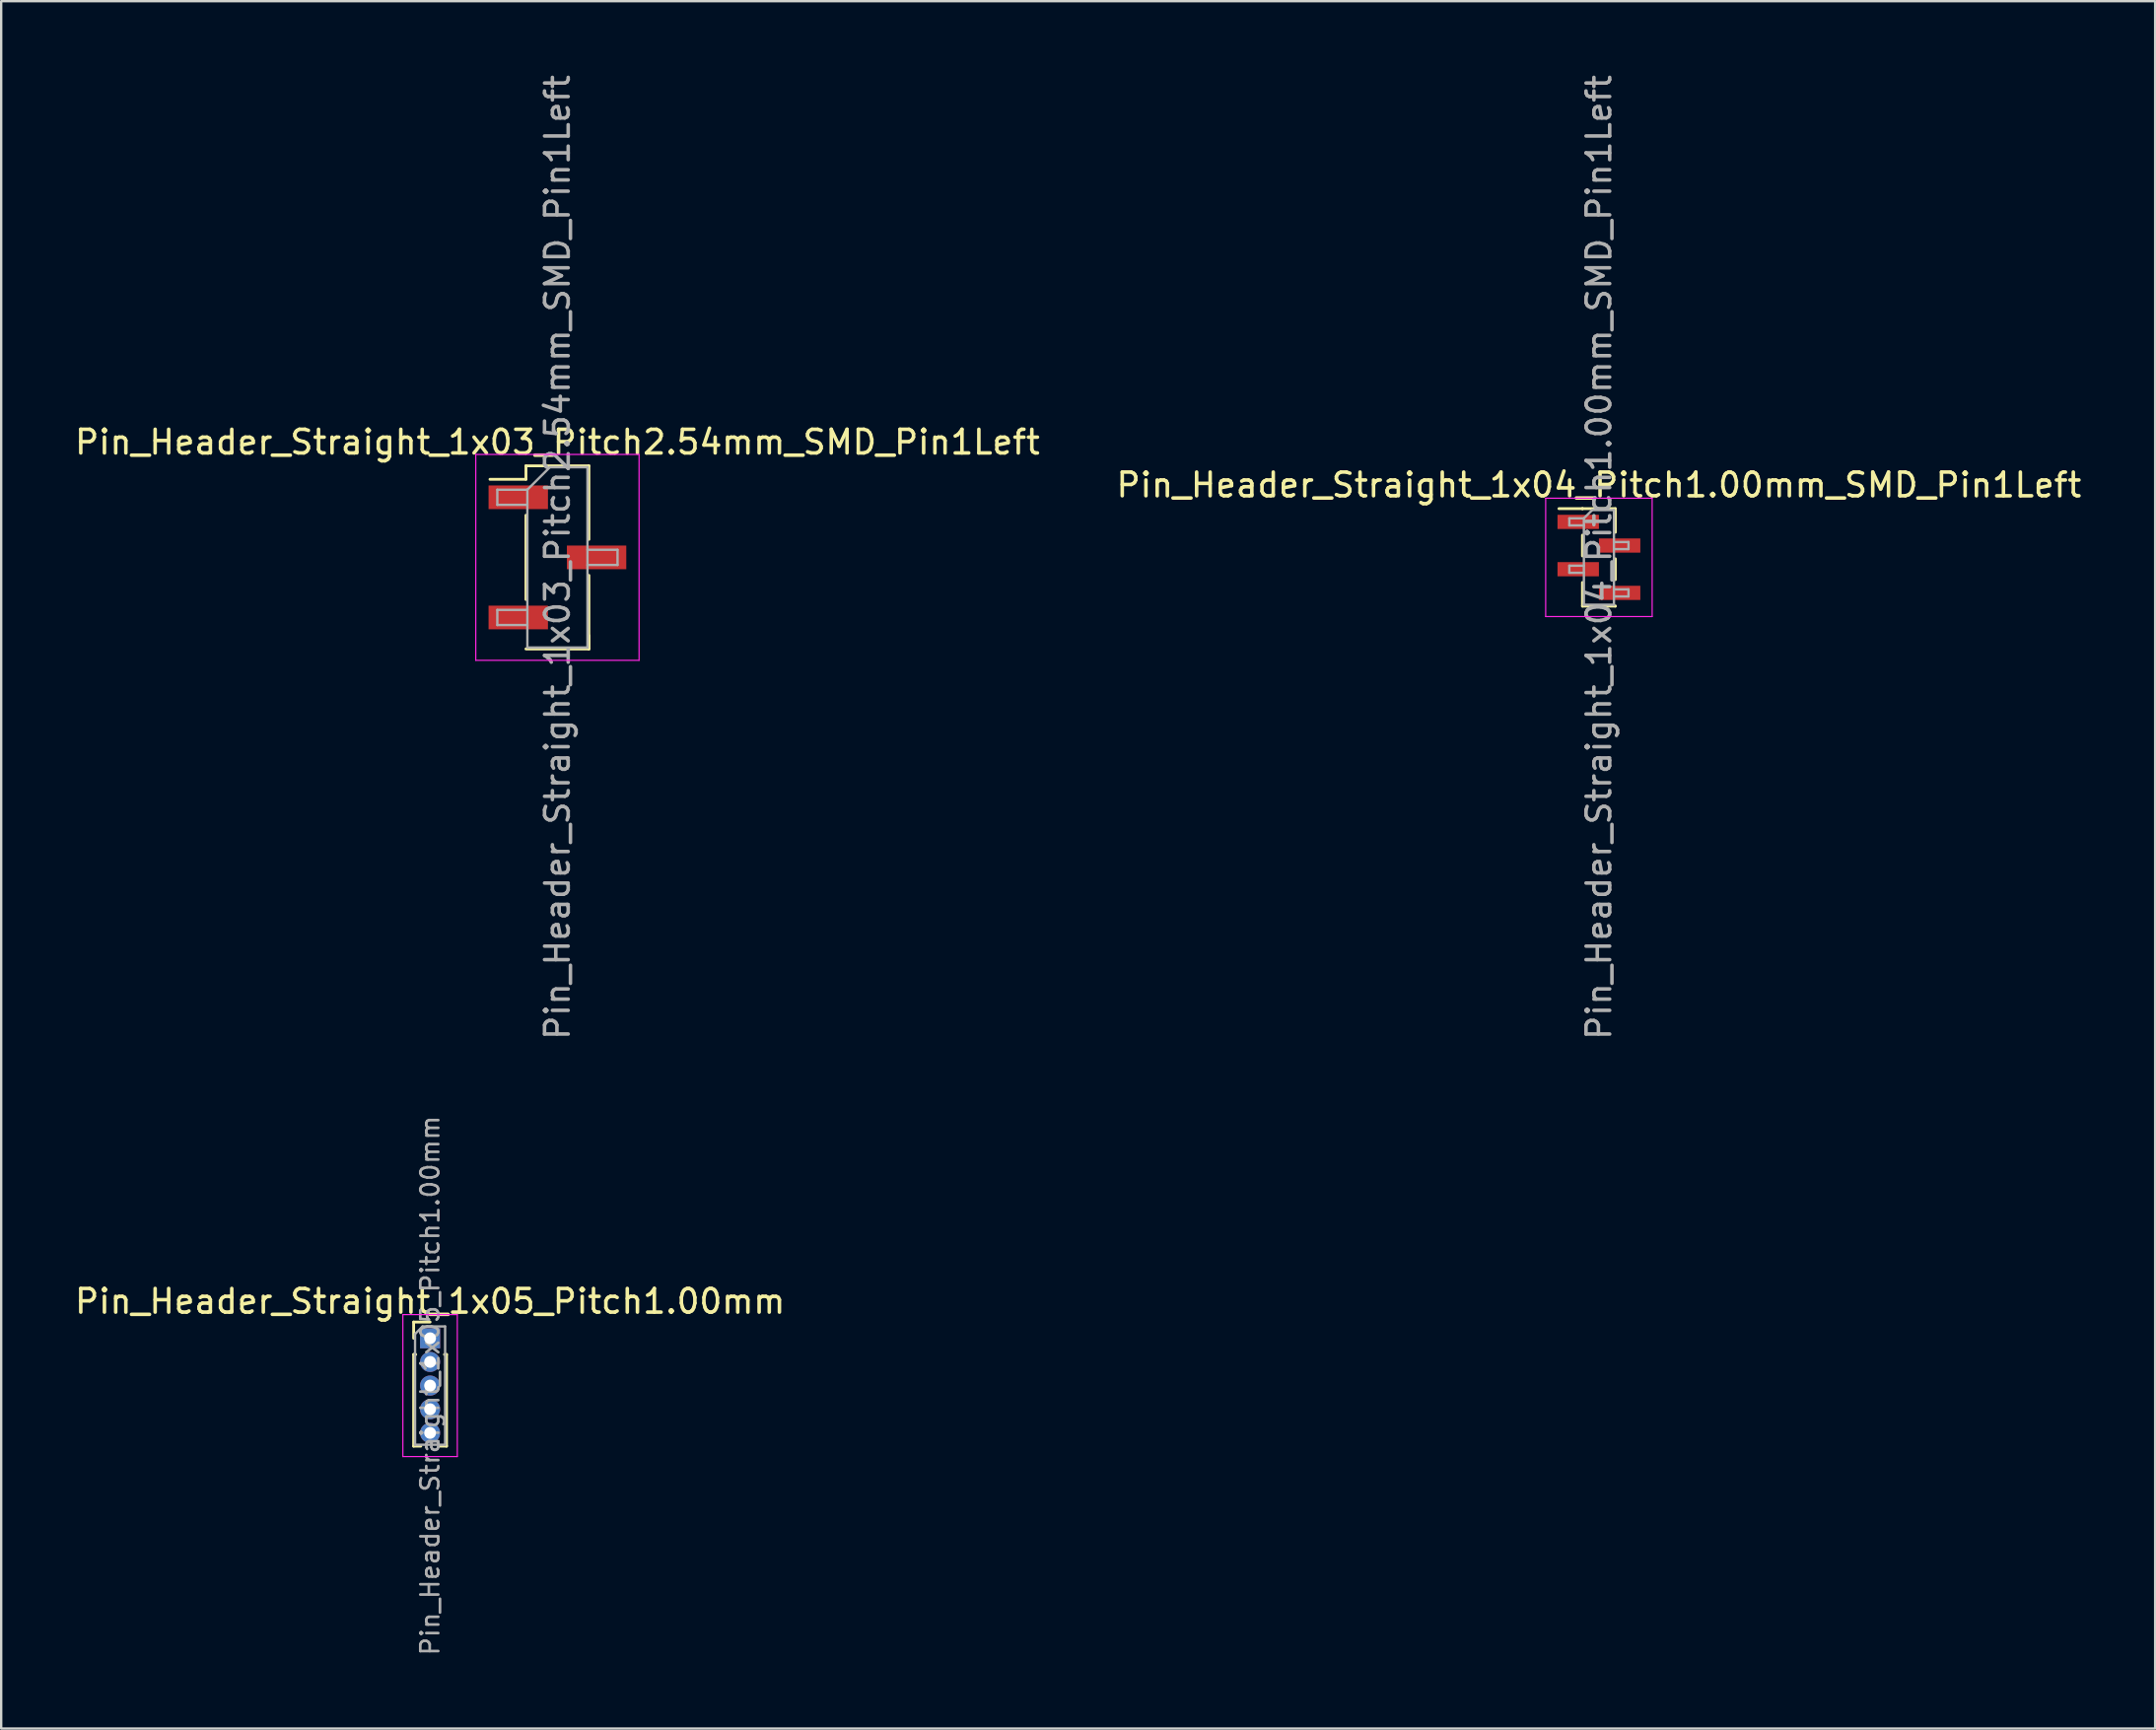
<source format=kicad_pcb>
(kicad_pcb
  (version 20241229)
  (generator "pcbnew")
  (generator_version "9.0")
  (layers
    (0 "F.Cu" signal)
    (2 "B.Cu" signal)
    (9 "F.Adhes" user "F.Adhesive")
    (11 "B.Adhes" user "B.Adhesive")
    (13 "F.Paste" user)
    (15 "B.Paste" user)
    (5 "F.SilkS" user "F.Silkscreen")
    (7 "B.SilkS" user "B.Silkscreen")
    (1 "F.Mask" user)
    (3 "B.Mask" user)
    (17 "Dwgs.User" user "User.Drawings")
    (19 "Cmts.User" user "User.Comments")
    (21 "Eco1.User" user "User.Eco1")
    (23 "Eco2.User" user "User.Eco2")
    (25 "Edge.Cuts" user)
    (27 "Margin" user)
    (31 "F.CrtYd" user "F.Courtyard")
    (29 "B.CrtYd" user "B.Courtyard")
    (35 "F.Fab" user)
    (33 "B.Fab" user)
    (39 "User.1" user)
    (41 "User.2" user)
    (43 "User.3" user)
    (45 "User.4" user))
  (footprint "Pin_Header_Straight_1x03_Pitch2.54mm_SMD_Pin1Left"
    (layer "F.Cu")
    (at 20.506 20.506)
    (property "Reference" "Pin_Header_Straight_1x03_Pitch2.54mm_SMD_Pin1Left" (at 0 -4.87 0) (layer "F.SilkS") (effects (font (size 1 1) (thickness 0.15))))
    (attr smd)
    (fp_line (start -1.33 -3.87) (end -1.33 -3.3) (stroke (width 0.12) (type solid)) (layer "F.SilkS"))
    (fp_line (start -1.33 -3.87) (end 1.33 -3.87) (stroke (width 0.12) (type solid)) (layer "F.SilkS"))
    (fp_line (start -1.33 -3.3) (end -2.85 -3.3) (stroke (width 0.12) (type solid)) (layer "F.SilkS"))
    (fp_line (start -1.33 -1.78) (end -1.33 1.78) (stroke (width 0.12) (type solid)) (layer "F.SilkS"))
    (fp_line (start -1.33 3.87) (end 1.33 3.87) (stroke (width 0.12) (type solid)) (layer "F.SilkS"))
    (fp_line (start 1.33 -3.87) (end 1.33 -0.76) (stroke (width 0.12) (type solid)) (layer "F.SilkS"))
    (fp_line (start 1.33 0.76) (end 1.33 3.87) (stroke (width 0.12) (type solid)) (layer "F.SilkS"))
    (fp_line (start 1.33 3.3) (end 1.33 3.87) (stroke (width 0.12) (type solid)) (layer "F.SilkS"))
    (fp_line (start -3.45 -4.35) (end -3.45 4.35) (stroke (width 0.05) (type solid)) (layer "F.CrtYd"))
    (fp_line (start -3.45 4.35) (end 3.45 4.35) (stroke (width 0.05) (type solid)) (layer "F.CrtYd"))
    (fp_line (start 3.45 -4.35) (end -3.45 -4.35) (stroke (width 0.05) (type solid)) (layer "F.CrtYd"))
    (fp_line (start 3.45 4.35) (end 3.45 -4.35) (stroke (width 0.05) (type solid)) (layer "F.CrtYd"))
    (fp_line (start -2.54 -2.86) (end -2.54 -2.22) (stroke (width 0.1) (type solid)) (layer "F.Fab"))
    (fp_line (start -2.54 -2.22) (end -1.27 -2.22) (stroke (width 0.1) (type solid)) (layer "F.Fab"))
    (fp_line (start -2.54 2.22) (end -2.54 2.86) (stroke (width 0.1) (type solid)) (layer "F.Fab"))
    (fp_line (start -2.54 2.86) (end -1.27 2.86) (stroke (width 0.1) (type solid)) (layer "F.Fab"))
    (fp_line (start -1.27 -2.86) (end -2.54 -2.86) (stroke (width 0.1) (type solid)) (layer "F.Fab"))
    (fp_line (start -1.27 -2.86) (end -0.32 -3.81) (stroke (width 0.1) (type solid)) (layer "F.Fab"))
    (fp_line (start -1.27 2.22) (end -2.54 2.22) (stroke (width 0.1) (type solid)) (layer "F.Fab"))
    (fp_line (start -1.27 3.81) (end -1.27 -2.86) (stroke (width 0.1) (type solid)) (layer "F.Fab"))
    (fp_line (start -0.32 -3.81) (end 1.27 -3.81) (stroke (width 0.1) (type solid)) (layer "F.Fab"))
    (fp_line (start 1.27 -3.81) (end 1.27 3.81) (stroke (width 0.1) (type solid)) (layer "F.Fab"))
    (fp_line (start 1.27 -0.32) (end 2.54 -0.32) (stroke (width 0.1) (type solid)) (layer "F.Fab"))
    (fp_line (start 1.27 3.81) (end -1.27 3.81) (stroke (width 0.1) (type solid)) (layer "F.Fab"))
    (fp_line (start 2.54 -0.32) (end 2.54 0.32) (stroke (width 0.1) (type solid)) (layer "F.Fab"))
    (fp_line (start 2.54 0.32) (end 1.27 0.32) (stroke (width 0.1) (type solid)) (layer "F.Fab"))
    (fp_text user "${REFERENCE}" (at 0 0 90) (layer "F.Fab") (effects (font (size 1 1) (thickness 0.15))))
    (pad "1" smd rect (at -1.655 -2.54) (size 2.51 1) (layers "F.Cu" "F.Mask" "F.Paste"))
    (pad "2" smd rect (at 1.655 0) (size 2.51 1) (layers "F.Cu" "F.Mask" "F.Paste"))
    (pad "3" smd rect (at -1.655 2.54) (size 2.51 1) (layers "F.Cu" "F.Mask" "F.Paste")))
  (footprint "Pin_Header_Straight_1x04_Pitch1.00mm_SMD_Pin1Left"
    (layer "F.Cu")
    (at 64.518 20.506)
    (property "Reference" "Pin_Header_Straight_1x04_Pitch1.00mm_SMD_Pin1Left" (at 0 -3.06 0) (layer "F.SilkS") (effects (font (size 1 1) (thickness 0.15))))
    (attr smd)
    (fp_line (start -0.695 -2.06) (end -1.69 -2.06) (stroke (width 0.12) (type solid)) (layer "F.SilkS"))
    (fp_line (start -0.695 -2.06) (end -0.695 -2.06) (stroke (width 0.12) (type solid)) (layer "F.SilkS"))
    (fp_line (start -0.695 -2.06) (end 0.695 -2.06) (stroke (width 0.12) (type solid)) (layer "F.SilkS"))
    (fp_line (start -0.695 -0.94) (end -0.695 -0.06) (stroke (width 0.12) (type solid)) (layer "F.SilkS"))
    (fp_line (start -0.695 1.06) (end -0.695 2.06) (stroke (width 0.12) (type solid)) (layer "F.SilkS"))
    (fp_line (start -0.695 2.06) (end 0.695 2.06) (stroke (width 0.12) (type solid)) (layer "F.SilkS"))
    (fp_line (start 0.695 -2.06) (end 0.695 -1.06) (stroke (width 0.12) (type solid)) (layer "F.SilkS"))
    (fp_line (start 0.695 0.06) (end 0.695 0.94) (stroke (width 0.12) (type solid)) (layer "F.SilkS"))
    (fp_line (start 0.695 2.06) (end 0.695 2.06) (stroke (width 0.12) (type solid)) (layer "F.SilkS"))
    (fp_line (start -2.25 -2.5) (end -2.25 2.5) (stroke (width 0.05) (type solid)) (layer "F.CrtYd"))
    (fp_line (start -2.25 2.5) (end 2.25 2.5) (stroke (width 0.05) (type solid)) (layer "F.CrtYd"))
    (fp_line (start 2.25 -2.5) (end -2.25 -2.5) (stroke (width 0.05) (type solid)) (layer "F.CrtYd"))
    (fp_line (start 2.25 2.5) (end 2.25 -2.5) (stroke (width 0.05) (type solid)) (layer "F.CrtYd"))
    (fp_line (start -1.25 -1.65) (end -1.25 -1.35) (stroke (width 0.1) (type solid)) (layer "F.Fab"))
    (fp_line (start -1.25 -1.35) (end -0.635 -1.35) (stroke (width 0.1) (type solid)) (layer "F.Fab"))
    (fp_line (start -1.25 0.35) (end -1.25 0.65) (stroke (width 0.1) (type solid)) (layer "F.Fab"))
    (fp_line (start -1.25 0.65) (end -0.635 0.65) (stroke (width 0.1) (type solid)) (layer "F.Fab"))
    (fp_line (start -0.635 -1.65) (end -1.25 -1.65) (stroke (width 0.1) (type solid)) (layer "F.Fab"))
    (fp_line (start -0.635 -1.65) (end -0.285 -2) (stroke (width 0.1) (type solid)) (layer "F.Fab"))
    (fp_line (start -0.635 0.35) (end -1.25 0.35) (stroke (width 0.1) (type solid)) (layer "F.Fab"))
    (fp_line (start -0.635 2) (end -0.635 -1.65) (stroke (width 0.1) (type solid)) (layer "F.Fab"))
    (fp_line (start -0.285 -2) (end 0.635 -2) (stroke (width 0.1) (type solid)) (layer "F.Fab"))
    (fp_line (start 0.635 -2) (end 0.635 2) (stroke (width 0.1) (type solid)) (layer "F.Fab"))
    (fp_line (start 0.635 -0.65) (end 1.25 -0.65) (stroke (width 0.1) (type solid)) (layer "F.Fab"))
    (fp_line (start 0.635 1.35) (end 1.25 1.35) (stroke (width 0.1) (type solid)) (layer "F.Fab"))
    (fp_line (start 0.635 2) (end -0.635 2) (stroke (width 0.1) (type solid)) (layer "F.Fab"))
    (fp_line (start 1.25 -0.65) (end 1.25 -0.35) (stroke (width 0.1) (type solid)) (layer "F.Fab"))
    (fp_line (start 1.25 -0.35) (end 0.635 -0.35) (stroke (width 0.1) (type solid)) (layer "F.Fab"))
    (fp_line (start 1.25 1.35) (end 1.25 1.65) (stroke (width 0.1) (type solid)) (layer "F.Fab"))
    (fp_line (start 1.25 1.65) (end 0.635 1.65) (stroke (width 0.1) (type solid)) (layer "F.Fab"))
    (fp_text user "${REFERENCE}" (at 0 0 90) (layer "F.Fab") (effects (font (size 1 1) (thickness 0.15))))
    (pad "1" smd rect (at -0.875 -1.5) (size 1.75 0.6) (layers "F.Cu" "F.Mask" "F.Paste"))
    (pad "2" smd rect (at 0.875 -0.5) (size 1.75 0.6) (layers "F.Cu" "F.Mask" "F.Paste"))
    (pad "3" smd rect (at -0.875 0.5) (size 1.75 0.6) (layers "F.Cu" "F.Mask" "F.Paste"))
    (pad "4" smd rect (at 0.875 1.5) (size 1.75 0.6) (layers "F.Cu" "F.Mask" "F.Paste")))
  (footprint "Pin_Header_Straight_1x05_Pitch1.00mm"
    (layer "F.Cu")
    (at 15.125 53.507)
    (property "Reference" "Pin_Header_Straight_1x05_Pitch1.00mm" (at 0 -1.56 0) (layer "F.SilkS") (effects (font (size 1 1) (thickness 0.15))))
    (attr through_hole)
    (fp_line (start -0.695 -0.685) (end 0 -0.685) (stroke (width 0.12) (type solid)) (layer "F.SilkS"))
    (fp_line (start -0.695 0) (end -0.695 -0.685) (stroke (width 0.12) (type solid)) (layer "F.SilkS"))
    (fp_line (start -0.695 0.685) (end -0.695 4.56) (stroke (width 0.12) (type solid)) (layer "F.SilkS"))
    (fp_line (start -0.695 0.685) (end -0.608 0.685) (stroke (width 0.12) (type solid)) (layer "F.SilkS"))
    (fp_line (start -0.695 4.56) (end -0.394 4.56) (stroke (width 0.12) (type solid)) (layer "F.SilkS"))
    (fp_line (start 0.394 4.56) (end 0.695 4.56) (stroke (width 0.12) (type solid)) (layer "F.SilkS"))
    (fp_line (start 0.608 0.685) (end 0.695 0.685) (stroke (width 0.12) (type solid)) (layer "F.SilkS"))
    (fp_line (start 0.695 0.685) (end 0.695 4.56) (stroke (width 0.12) (type solid)) (layer "F.SilkS"))
    (fp_line (start -1.15 -1) (end -1.15 5) (stroke (width 0.05) (type solid)) (layer "F.CrtYd"))
    (fp_line (start -1.15 5) (end 1.15 5) (stroke (width 0.05) (type solid)) (layer "F.CrtYd"))
    (fp_line (start 1.15 -1) (end -1.15 -1) (stroke (width 0.05) (type solid)) (layer "F.CrtYd"))
    (fp_line (start 1.15 5) (end 1.15 -1) (stroke (width 0.05) (type solid)) (layer "F.CrtYd"))
    (fp_line (start -0.635 -0.182) (end -0.318 -0.5) (stroke (width 0.1) (type solid)) (layer "F.Fab"))
    (fp_line (start -0.635 4.5) (end -0.635 -0.182) (stroke (width 0.1) (type solid)) (layer "F.Fab"))
    (fp_line (start -0.318 -0.5) (end 0.635 -0.5) (stroke (width 0.1) (type solid)) (layer "F.Fab"))
    (fp_line (start 0.635 -0.5) (end 0.635 4.5) (stroke (width 0.1) (type solid)) (layer "F.Fab"))
    (fp_line (start 0.635 4.5) (end -0.635 4.5) (stroke (width 0.1) (type solid)) (layer "F.Fab"))
    (fp_text user "${REFERENCE}" (at 0 2 90) (layer "F.Fab") (effects (font (size 0.76 0.76) (thickness 0.114))))
    (pad "1" thru_hole rect (at 0 0) (size 0.85 0.85) (drill 0.5) (layers "*.Cu" "*.Mask"))
    (pad "2" thru_hole oval (at 0 1) (size 0.85 0.85) (drill 0.5) (layers "*.Cu" "*.Mask"))
    (pad "3" thru_hole oval (at 0 2) (size 0.85 0.85) (drill 0.5) (layers "*.Cu" "*.Mask"))
    (pad "4" thru_hole oval (at 0 3) (size 0.85 0.85) (drill 0.5) (layers "*.Cu" "*.Mask"))
    (pad "5" thru_hole oval (at 0 4) (size 0.85 0.85) (drill 0.5) (layers "*.Cu" "*.Mask")))
  (gr_rect
    (start -3 -3)
    (end 88.024 70.002)
    (stroke (width 0.1) (type default))
    (fill no)
    (layer "Edge.Cuts")))
</source>
